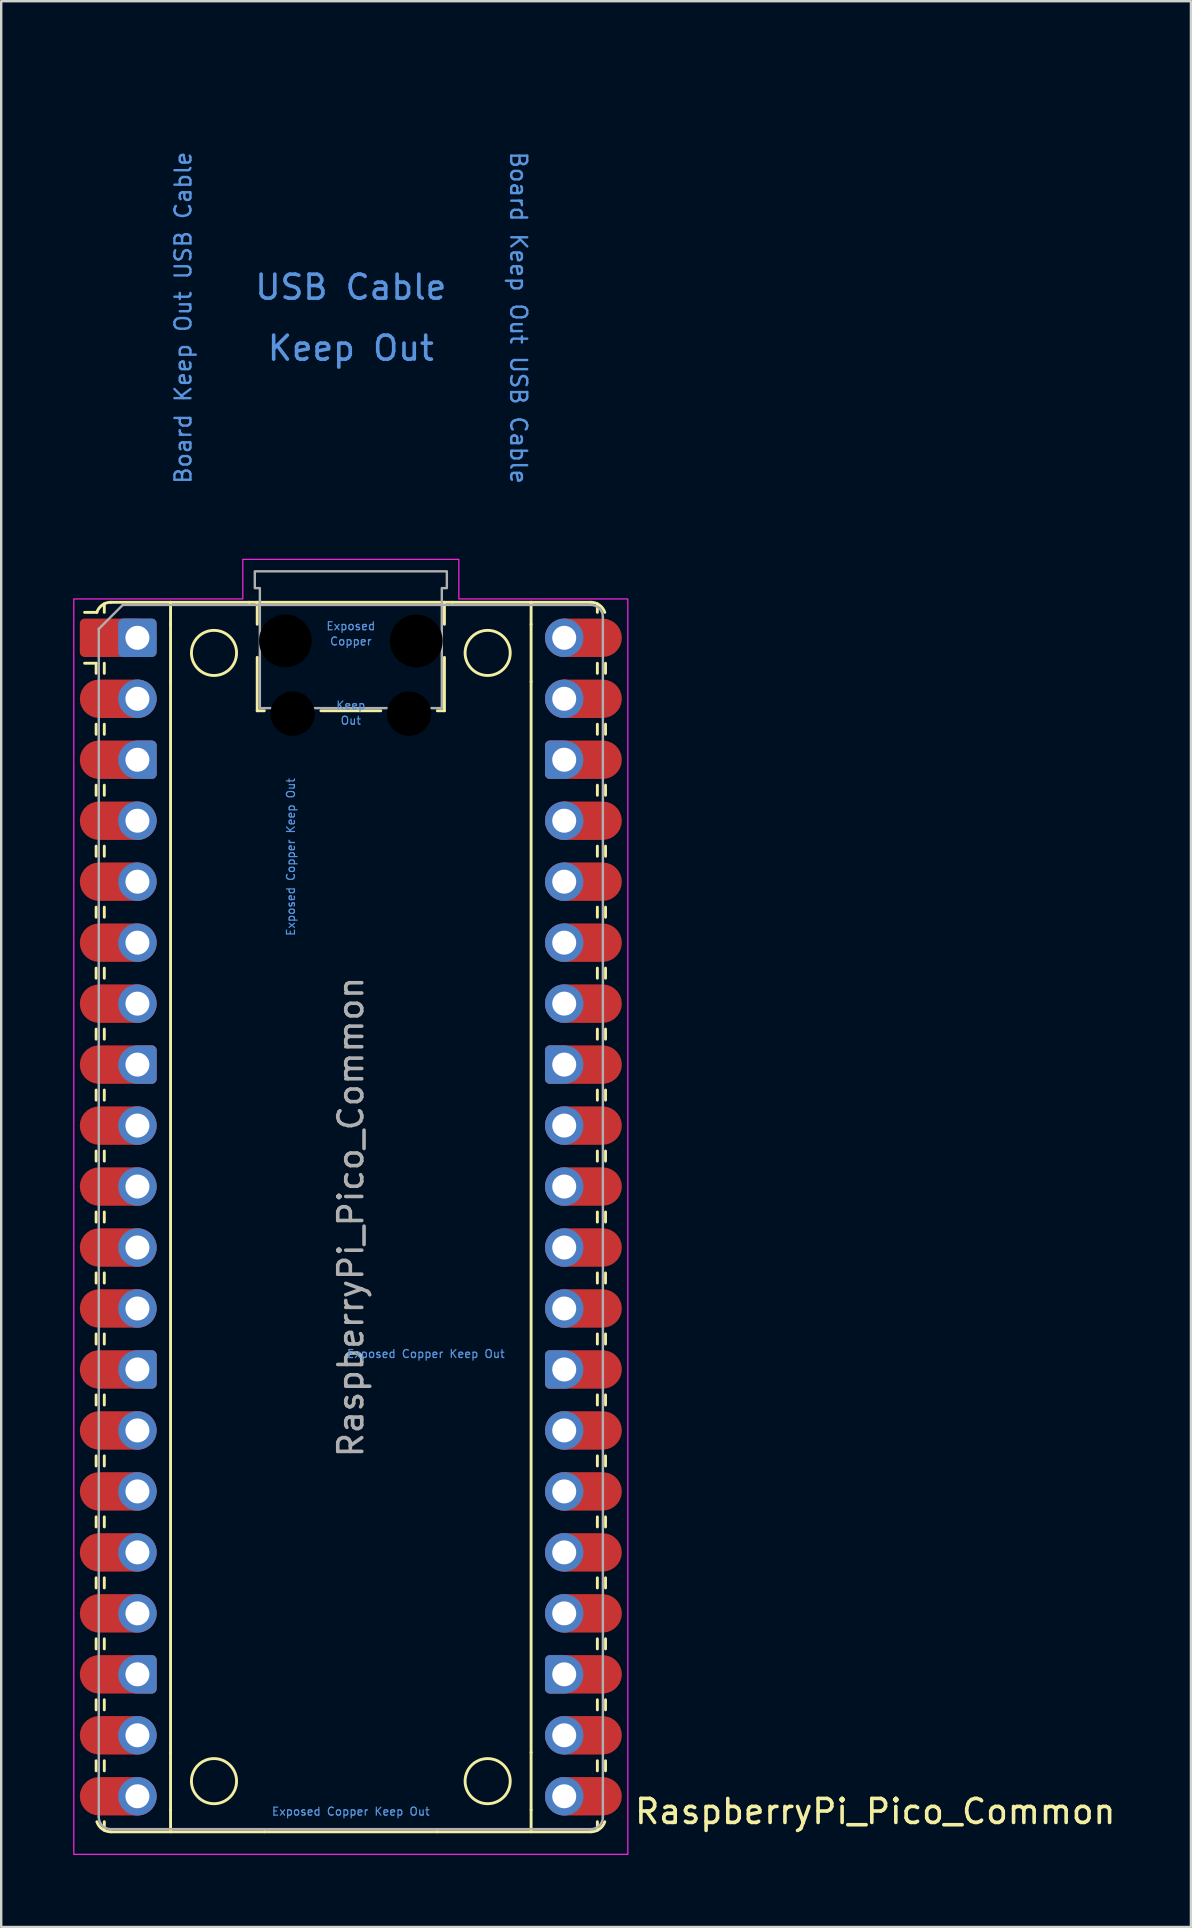
<source format=kicad_pcb>
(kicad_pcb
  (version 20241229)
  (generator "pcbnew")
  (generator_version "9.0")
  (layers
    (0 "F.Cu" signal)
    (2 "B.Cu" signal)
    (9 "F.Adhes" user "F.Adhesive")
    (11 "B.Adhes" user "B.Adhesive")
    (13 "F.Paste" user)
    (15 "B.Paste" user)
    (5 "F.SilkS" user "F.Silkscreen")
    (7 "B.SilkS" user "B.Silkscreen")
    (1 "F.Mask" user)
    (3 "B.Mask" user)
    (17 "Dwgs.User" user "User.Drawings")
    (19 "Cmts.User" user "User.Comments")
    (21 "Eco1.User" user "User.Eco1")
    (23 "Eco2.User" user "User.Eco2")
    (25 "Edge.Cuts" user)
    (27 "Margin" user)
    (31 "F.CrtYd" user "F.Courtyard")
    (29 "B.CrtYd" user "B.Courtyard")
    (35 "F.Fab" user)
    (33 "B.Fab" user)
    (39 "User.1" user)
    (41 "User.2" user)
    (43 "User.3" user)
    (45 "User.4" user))
  (footprint "RaspberryPi_Pico_Common"
    (layer "F.Cu")
    (at 11.565 47.65)
    (property "Reference" "RaspberryPi_Pico_Common" (at 11.748 24.765 0) (unlocked yes) (layer "F.SilkS") (effects (font (size 1 1) (thickness 0.15)) (justify left)))
    (attr through_hole)
    (fp_line (start -10.61 -23.07) (end -11.09 -23.07) (stroke (width 0.12) (type solid)) (layer "F.SilkS"))
    (fp_line (start -10.61 -23.07) (end -10.61 -22.65) (stroke (width 0.12) (type solid)) (layer "F.SilkS"))
    (fp_line (start -10.61 -20.53) (end -10.61 -20.11) (stroke (width 0.12) (type solid)) (layer "F.SilkS"))
    (fp_line (start -10.61 -17.99) (end -10.61 -17.57) (stroke (width 0.12) (type solid)) (layer "F.SilkS"))
    (fp_line (start -10.61 -15.45) (end -10.61 -15.03) (stroke (width 0.12) (type solid)) (layer "F.SilkS"))
    (fp_line (start -10.61 -12.91) (end -10.61 -12.49) (stroke (width 0.12) (type solid)) (layer "F.SilkS"))
    (fp_line (start -10.61 -10.37) (end -10.61 -9.95) (stroke (width 0.12) (type solid)) (layer "F.SilkS"))
    (fp_line (start -10.61 -7.83) (end -10.61 -7.41) (stroke (width 0.12) (type solid)) (layer "F.SilkS"))
    (fp_line (start -10.61 -5.29) (end -10.61 -4.87) (stroke (width 0.12) (type solid)) (layer "F.SilkS"))
    (fp_line (start -10.61 -2.75) (end -10.61 -2.33) (stroke (width 0.12) (type solid)) (layer "F.SilkS"))
    (fp_line (start -10.61 -0.21) (end -10.61 0.21) (stroke (width 0.12) (type solid)) (layer "F.SilkS"))
    (fp_line (start -10.61 2.33) (end -10.61 2.75) (stroke (width 0.12) (type solid)) (layer "F.SilkS"))
    (fp_line (start -10.61 4.87) (end -10.61 5.29) (stroke (width 0.12) (type solid)) (layer "F.SilkS"))
    (fp_line (start -10.61 7.41) (end -10.61 7.83) (stroke (width 0.12) (type solid)) (layer "F.SilkS"))
    (fp_line (start -10.61 9.95) (end -10.61 10.37) (stroke (width 0.12) (type solid)) (layer "F.SilkS"))
    (fp_line (start -10.61 12.49) (end -10.61 12.91) (stroke (width 0.12) (type solid)) (layer "F.SilkS"))
    (fp_line (start -10.61 15.03) (end -10.61 15.45) (stroke (width 0.12) (type solid)) (layer "F.SilkS"))
    (fp_line (start -10.61 17.57) (end -10.61 17.99) (stroke (width 0.12) (type solid)) (layer "F.SilkS"))
    (fp_line (start -10.61 20.11) (end -10.61 20.53) (stroke (width 0.12) (type solid)) (layer "F.SilkS"))
    (fp_line (start -10.61 22.65) (end -10.61 23.07) (stroke (width 0.12) (type solid)) (layer "F.SilkS"))
    (fp_line (start -10.58 -25.19) (end -11.09 -25.19) (stroke (width 0.12) (type solid)) (layer "F.SilkS"))
    (fp_line (start -10.27 -25.19) (end -10.27 -25.547) (stroke (width 0.12) (type solid)) (layer "F.SilkS"))
    (fp_line (start -10.27 -23.07) (end -10.27 -22.65) (stroke (width 0.12) (type solid)) (layer "F.SilkS"))
    (fp_line (start -10.27 -20.53) (end -10.27 -20.11) (stroke (width 0.12) (type solid)) (layer "F.SilkS"))
    (fp_line (start -10.27 -17.99) (end -10.27 -17.57) (stroke (width 0.12) (type solid)) (layer "F.SilkS"))
    (fp_line (start -10.27 -15.45) (end -10.27 -15.03) (stroke (width 0.12) (type solid)) (layer "F.SilkS"))
    (fp_line (start -10.27 -12.91) (end -10.27 -12.49) (stroke (width 0.12) (type solid)) (layer "F.SilkS"))
    (fp_line (start -10.27 -10.37) (end -10.27 -9.95) (stroke (width 0.12) (type solid)) (layer "F.SilkS"))
    (fp_line (start -10.27 -7.83) (end -10.27 -7.41) (stroke (width 0.12) (type solid)) (layer "F.SilkS"))
    (fp_line (start -10.27 -5.29) (end -10.27 -4.87) (stroke (width 0.12) (type solid)) (layer "F.SilkS"))
    (fp_line (start -10.27 -2.75) (end -10.27 -2.33) (stroke (width 0.12) (type solid)) (layer "F.SilkS"))
    (fp_line (start -10.27 -0.21) (end -10.27 0.21) (stroke (width 0.12) (type solid)) (layer "F.SilkS"))
    (fp_line (start -10.27 2.33) (end -10.27 2.75) (stroke (width 0.12) (type solid)) (layer "F.SilkS"))
    (fp_line (start -10.27 4.87) (end -10.27 5.29) (stroke (width 0.12) (type solid)) (layer "F.SilkS"))
    (fp_line (start -10.27 7.41) (end -10.27 7.83) (stroke (width 0.12) (type solid)) (layer "F.SilkS"))
    (fp_line (start -10.27 9.95) (end -10.27 10.37) (stroke (width 0.12) (type solid)) (layer "F.SilkS"))
    (fp_line (start -10.27 12.49) (end -10.27 12.91) (stroke (width 0.12) (type solid)) (layer "F.SilkS"))
    (fp_line (start -10.27 15.03) (end -10.27 15.45) (stroke (width 0.12) (type solid)) (layer "F.SilkS"))
    (fp_line (start -10.27 17.57) (end -10.27 17.99) (stroke (width 0.12) (type solid)) (layer "F.SilkS"))
    (fp_line (start -10.27 20.11) (end -10.27 20.53) (stroke (width 0.12) (type solid)) (layer "F.SilkS"))
    (fp_line (start -10.27 22.65) (end -10.27 23.07) (stroke (width 0.12) (type solid)) (layer "F.SilkS"))
    (fp_line (start -10.27 25.19) (end -10.27 25.547) (stroke (width 0.12) (type solid)) (layer "F.SilkS"))
    (fp_line (start -10 -25.61) (end -7.51 -25.61) (stroke (width 0.12) (type solid)) (layer "F.SilkS"))
    (fp_line (start -10 25.61) (end -3.6 25.61) (stroke (width 0.12) (type solid)) (layer "F.SilkS"))
    (fp_line (start -7.51 -25.61) (end -7.51 -24.696) (stroke (width 0.12) (type solid)) (layer "F.SilkS"))
    (fp_line (start -7.51 -25.61) (end -4.235 -25.61) (stroke (width 0.12) (type solid)) (layer "F.SilkS"))
    (fp_line (start -7.51 -24.696) (end -7.51 -22.304) (stroke (width 0.12) (type solid)) (layer "F.SilkS"))
    (fp_line (start -7.51 -22.304) (end -7.51 22.304) (stroke (width 0.12) (type solid)) (layer "F.SilkS"))
    (fp_line (start -7.51 22.304) (end -7.51 24.696) (stroke (width 0.12) (type solid)) (layer "F.SilkS"))
    (fp_line (start -7.51 24.696) (end -7.51 25.61) (stroke (width 0.12) (type solid)) (layer "F.SilkS"))
    (fp_line (start -4.235 -25.61) (end 4.235 -25.61) (stroke (width 0.12) (type solid)) (layer "F.SilkS"))
    (fp_line (start -3.9 -25.61) (end -3.9 -24.694) (stroke (width 0.12) (type solid)) (layer "F.SilkS"))
    (fp_line (start -3.9 -23.315) (end -3.9 -21.09) (stroke (width 0.12) (type solid)) (layer "F.SilkS"))
    (fp_line (start -3.9 -21.09) (end -3.604 -21.09) (stroke (width 0.12) (type solid)) (layer "F.SilkS"))
    (fp_line (start -1.246 -21.09) (end 1.246 -21.09) (stroke (width 0.12) (type solid)) (layer "F.SilkS"))
    (fp_line (start 3.6 25.61) (end -3.6 25.61) (stroke (width 0.12) (type solid)) (layer "F.SilkS"))
    (fp_line (start 3.6 25.61) (end 10 25.61) (stroke (width 0.12) (type solid)) (layer "F.SilkS"))
    (fp_line (start 3.604 -21.09) (end 3.9 -21.09) (stroke (width 0.12) (type solid)) (layer "F.SilkS"))
    (fp_line (start 3.9 -25.61) (end 3.9 -24.694) (stroke (width 0.12) (type solid)) (layer "F.SilkS"))
    (fp_line (start 3.9 -23.315) (end 3.9 -21.09) (stroke (width 0.12) (type solid)) (layer "F.SilkS"))
    (fp_line (start 4.235 -25.61) (end 7.51 -25.61) (stroke (width 0.12) (type solid)) (layer "F.SilkS"))
    (fp_line (start 7.51 -25.61) (end 7.51 -24.696) (stroke (width 0.12) (type solid)) (layer "F.SilkS"))
    (fp_line (start 7.51 -24.696) (end 7.51 -22.304) (stroke (width 0.12) (type solid)) (layer "F.SilkS"))
    (fp_line (start 7.51 -22.304) (end 7.51 22.304) (stroke (width 0.12) (type solid)) (layer "F.SilkS"))
    (fp_line (start 7.51 22.304) (end 7.51 24.696) (stroke (width 0.12) (type solid)) (layer "F.SilkS"))
    (fp_line (start 7.51 24.696) (end 7.51 25.61) (stroke (width 0.12) (type solid)) (layer "F.SilkS"))
    (fp_line (start 10 -25.61) (end 7.51 -25.61) (stroke (width 0.12) (type solid)) (layer "F.SilkS"))
    (fp_line (start 10.27 -25.19) (end 10.27 -25.547) (stroke (width 0.12) (type solid)) (layer "F.SilkS"))
    (fp_line (start 10.27 -23.07) (end 10.27 -22.65) (stroke (width 0.12) (type solid)) (layer "F.SilkS"))
    (fp_line (start 10.27 -20.53) (end 10.27 -20.11) (stroke (width 0.12) (type solid)) (layer "F.SilkS"))
    (fp_line (start 10.27 -17.99) (end 10.27 -17.57) (stroke (width 0.12) (type solid)) (layer "F.SilkS"))
    (fp_line (start 10.27 -15.45) (end 10.27 -15.03) (stroke (width 0.12) (type solid)) (layer "F.SilkS"))
    (fp_line (start 10.27 -12.91) (end 10.27 -12.49) (stroke (width 0.12) (type solid)) (layer "F.SilkS"))
    (fp_line (start 10.27 -10.37) (end 10.27 -9.95) (stroke (width 0.12) (type solid)) (layer "F.SilkS"))
    (fp_line (start 10.27 -7.83) (end 10.27 -7.41) (stroke (width 0.12) (type solid)) (layer "F.SilkS"))
    (fp_line (start 10.27 -5.29) (end 10.27 -4.87) (stroke (width 0.12) (type solid)) (layer "F.SilkS"))
    (fp_line (start 10.27 -2.75) (end 10.27 -2.33) (stroke (width 0.12) (type solid)) (layer "F.SilkS"))
    (fp_line (start 10.27 -0.21) (end 10.27 0.21) (stroke (width 0.12) (type solid)) (layer "F.SilkS"))
    (fp_line (start 10.27 2.33) (end 10.27 2.75) (stroke (width 0.12) (type solid)) (layer "F.SilkS"))
    (fp_line (start 10.27 4.87) (end 10.27 5.29) (stroke (width 0.12) (type solid)) (layer "F.SilkS"))
    (fp_line (start 10.27 7.41) (end 10.27 7.83) (stroke (width 0.12) (type solid)) (layer "F.SilkS"))
    (fp_line (start 10.27 9.95) (end 10.27 10.37) (stroke (width 0.12) (type solid)) (layer "F.SilkS"))
    (fp_line (start 10.27 12.49) (end 10.27 12.91) (stroke (width 0.12) (type solid)) (layer "F.SilkS"))
    (fp_line (start 10.27 15.03) (end 10.27 15.45) (stroke (width 0.12) (type solid)) (layer "F.SilkS"))
    (fp_line (start 10.27 17.57) (end 10.27 17.99) (stroke (width 0.12) (type solid)) (layer "F.SilkS"))
    (fp_line (start 10.27 20.11) (end 10.27 20.53) (stroke (width 0.12) (type solid)) (layer "F.SilkS"))
    (fp_line (start 10.27 22.65) (end 10.27 23.07) (stroke (width 0.12) (type solid)) (layer "F.SilkS"))
    (fp_line (start 10.27 25.19) (end 10.27 25.547) (stroke (width 0.12) (type solid)) (layer "F.SilkS"))
    (fp_line (start 10.61 -23.07) (end 10.61 -22.65) (stroke (width 0.12) (type solid)) (layer "F.SilkS"))
    (fp_line (start 10.61 -20.53) (end 10.61 -20.11) (stroke (width 0.12) (type solid)) (layer "F.SilkS"))
    (fp_line (start 10.61 -17.99) (end 10.61 -17.57) (stroke (width 0.12) (type solid)) (layer "F.SilkS"))
    (fp_line (start 10.61 -15.45) (end 10.61 -15.03) (stroke (width 0.12) (type solid)) (layer "F.SilkS"))
    (fp_line (start 10.61 -12.91) (end 10.61 -12.49) (stroke (width 0.12) (type solid)) (layer "F.SilkS"))
    (fp_line (start 10.61 -10.37) (end 10.61 -9.95) (stroke (width 0.12) (type solid)) (layer "F.SilkS"))
    (fp_line (start 10.61 -7.83) (end 10.61 -7.41) (stroke (width 0.12) (type solid)) (layer "F.SilkS"))
    (fp_line (start 10.61 -5.29) (end 10.61 -4.87) (stroke (width 0.12) (type solid)) (layer "F.SilkS"))
    (fp_line (start 10.61 -2.75) (end 10.61 -2.33) (stroke (width 0.12) (type solid)) (layer "F.SilkS"))
    (fp_line (start 10.61 -0.21) (end 10.61 0.21) (stroke (width 0.12) (type solid)) (layer "F.SilkS"))
    (fp_line (start 10.61 2.33) (end 10.61 2.75) (stroke (width 0.12) (type solid)) (layer "F.SilkS"))
    (fp_line (start 10.61 4.87) (end 10.61 5.29) (stroke (width 0.12) (type solid)) (layer "F.SilkS"))
    (fp_line (start 10.61 7.41) (end 10.61 7.83) (stroke (width 0.12) (type solid)) (layer "F.SilkS"))
    (fp_line (start 10.61 9.95) (end 10.61 10.37) (stroke (width 0.12) (type solid)) (layer "F.SilkS"))
    (fp_line (start 10.61 12.49) (end 10.61 12.91) (stroke (width 0.12) (type solid)) (layer "F.SilkS"))
    (fp_line (start 10.61 15.03) (end 10.61 15.45) (stroke (width 0.12) (type solid)) (layer "F.SilkS"))
    (fp_line (start 10.61 17.57) (end 10.61 17.99) (stroke (width 0.12) (type solid)) (layer "F.SilkS"))
    (fp_line (start 10.61 20.11) (end 10.61 20.53) (stroke (width 0.12) (type solid)) (layer "F.SilkS"))
    (fp_line (start 10.61 22.65) (end 10.61 23.07) (stroke (width 0.12) (type solid)) (layer "F.SilkS"))
    (fp_arc (start -10.579676 -25.189937) (mid -10.357938 -25.493944) (end -10 -25.61) (stroke (width 0.12) (type solid)) (layer "F.SilkS"))
    (fp_arc (start -10 25.61) (mid -10.357937 25.493944) (end -10.579676 25.189937) (stroke (width 0.12) (type solid)) (layer "F.SilkS"))
    (fp_arc (start 10 -25.61) (mid 10.357937 -25.493944) (end 10.579676 -25.189937) (stroke (width 0.12) (type solid)) (layer "F.SilkS"))
    (fp_arc (start 10.579676 25.189937) (mid 10.357949 25.493953) (end 10 25.61) (stroke (width 0.12) (type solid)) (layer "F.SilkS"))
    (fp_circle (center -5.7 -23.5) (end -4.76 -23.5) (stroke (width 0.12) (type solid)) (fill no) (layer "F.SilkS"))
    (fp_circle (center -5.7 23.5) (end -4.76 23.5) (stroke (width 0.12) (type solid)) (fill no) (layer "F.SilkS"))
    (fp_circle (center 5.7 -23.5) (end 6.64 -23.5) (stroke (width 0.12) (type solid)) (fill no) (layer "F.SilkS"))
    (fp_circle (center 5.7 23.5) (end 6.64 23.5) (stroke (width 0.12) (type solid)) (fill no) (layer "F.SilkS"))
    (fp_poly (pts (xy -4.5 -27.4) (xy 4.5 -27.4) (xy 4.5 -25.75) (xy 11.54 -25.75) (xy 11.54 26.55) (xy -11.54 26.55) (xy -11.54 -25.75) (xy -4.5 -25.75)) (stroke (width 0.05) (type solid)) (fill no) (layer "F.CrtYd"))
    (fp_line (start -10.5 -24.5) (end -9.5 -25.5) (stroke (width 0.1) (type solid)) (layer "F.Fab"))
    (fp_line (start -10.5 25) (end -10.5 -24.5) (stroke (width 0.1) (type solid)) (layer "F.Fab"))
    (fp_line (start -9.5 -25.5) (end 10 -25.5) (stroke (width 0.1) (type solid)) (layer "F.Fab"))
    (fp_line (start 10 25.5) (end -10 25.5) (stroke (width 0.1) (type solid)) (layer "F.Fab"))
    (fp_line (start 10.5 -25) (end 10.5 25) (stroke (width 0.1) (type solid)) (layer "F.Fab"))
    (fp_arc (start -10 25.5) (mid -10.353553 25.353553) (end -10.5 25) (stroke (width 0.1) (type solid)) (layer "F.Fab"))
    (fp_arc (start 10 -25.5) (mid 10.353553 -25.353553) (end 10.5 -25) (stroke (width 0.1) (type solid)) (layer "F.Fab"))
    (fp_arc (start 10.5 25) (mid 10.353553 25.353553) (end 10 25.5) (stroke (width 0.1) (type solid)) (layer "F.Fab"))
    (fp_poly (pts (xy 3.79 -21.2) (xy 3.79 -26.2) (xy 4 -26.2) (xy 4 -26.9) (xy -4 -26.9) (xy -4 -26.2) (xy -3.79 -26.2) (xy -3.79 -21.2)) (stroke (width 0.1) (type solid)) (fill no) (layer "F.Fab"))
    (fp_text user "USB Cable" (at 0 -38.735 0) (unlocked yes) (layer "Cmts.User") (effects (font (size 1 1) (thickness 0.15))))
    (fp_text user "Exposed Copper Keep Out" (at -2.5 -15 90) (unlocked yes) (layer "Cmts.User") (effects (font (size 0.333 0.333) (thickness 0.05))))
    (fp_text user "Out" (at 0 -20.683 0) (unlocked yes) (layer "Cmts.User") (effects (font (size 0.333 0.333) (thickness 0.05))))
    (fp_text user "Exposed Copper Keep Out" (at 0 24.765 0) (unlocked yes) (layer "Cmts.User") (effects (font (size 0.333 0.333) (thickness 0.05))))
    (fp_text user "Exposed" (at 0 -24.617 0) (unlocked yes) (layer "Cmts.User") (effects (font (size 0.333 0.333) (thickness 0.05))))
    (fp_text user "Exposed Copper Keep Out" (at 3.124 5.7 0) (unlocked yes) (layer "Cmts.User") (effects (font (size 0.333 0.333) (thickness 0.05))))
    (fp_text user "Keep Out" (at 0 -36.195 0) (unlocked yes) (layer "Cmts.User") (effects (font (size 1 1) (thickness 0.15))))
    (fp_text user "Keep" (at 0 -21.317 0) (unlocked yes) (layer "Cmts.User") (effects (font (size 0.333 0.333) (thickness 0.05))))
    (fp_text user "Board Keep Out USB Cable" (at -6.985 -37.465 90) (unlocked yes) (layer "Cmts.User") (effects (font (size 0.667 0.667) (thickness 0.1))))
    (fp_text user "Board Keep Out USB Cable" (at 6.985 -37.465 270) (unlocked yes) (layer "Cmts.User") (effects (font (size 0.667 0.667) (thickness 0.1))))
    (fp_text user "Copper" (at 0 -23.983 0) (unlocked yes) (layer "Cmts.User") (effects (font (size 0.333 0.333) (thickness 0.05))))
    (fp_text user "${REFERENCE}" (at 0 0 90) (layer "F.Fab") (effects (font (size 1 1) (thickness 0.15))))
    (pad "" np_thru_hole circle (at -2.725 -24) (size 2.2 2.2) (drill 2.2) (layers "*.Mask"))
    (pad "" np_thru_hole circle (at -2.425 -20.97) (size 1.85 1.85) (drill 1.85) (layers "*.Mask"))
    (pad "" np_thru_hole circle (at 2.425 -20.97) (size 1.85 1.85) (drill 1.85) (layers "*.Mask"))
    (pad "" np_thru_hole circle (at 2.725 -24) (size 2.2 2.2) (drill 2.2) (layers "*.Mask"))
    (pad "1" thru_hole roundrect (at -8.89 -24.13) (size 1.6 1.6) (drill 1) (layers "*.Cu" "*.Mask") (roundrect_rratio 0.125))
    (pad "1" smd custom (at -8.89 -24.13) (size 1.6 1.6) (layers "F.Cu" "F.Mask") (options (anchor circle)) (primitives (gr_poly (pts (xy -2.4 0.6) (xy -2.4 -0.6) (xy -2.2 -0.8) (xy 0 -0.8) (xy 0 0.8) (xy -2.2 0.8)) (width 0) (fill yes)) (gr_circle (center -2.2 0.6) (end -2 0.6) (width 0) (fill yes)) (gr_circle (center -2.2 -0.6) (end -2 -0.6) (width 0) (fill yes))))
    (pad "2" thru_hole circle (at -8.89 -21.59) (size 1.6 1.6) (drill 1) (layers "*.Cu" "*.Mask"))
    (pad "2" smd roundrect (at -8.89 -21.59) (size 3.2 1.6) (drill (offset -0.8 0)) (layers "F.Cu" "F.Mask") (roundrect_rratio 0.5))
    (pad "3" smd custom (at -8.89 -19.05) (size 1.6 1.6) (layers "F.Cu" "F.Mask") (options (anchor circle)) (primitives (gr_poly (pts (xy 0.8 -0.6) (xy 0.8 0.6) (xy 0.6 0.8) (xy -1.6 0.8) (xy -1.6 -0.8) (xy 0.6 -0.8)) (width 0) (fill yes)) (gr_circle (center 0.6 0.6) (end 0.8 0.6) (width 0) (fill yes)) (gr_circle (center 0.6 -0.6) (end 0.8 -0.6) (width 0) (fill yes)) (gr_circle (center -1.6 0) (end -0.8 0) (width 0) (fill yes))))
    (pad "3" thru_hole custom (at -8.89 -19.05) (size 1.6 1.6) (drill 1) (layers "*.Cu" "*.Mask") (options (anchor circle)) (primitives (gr_poly (pts (xy 0.8 0.6) (xy 0.8 -0.6) (xy 0.6 -0.8) (xy 0 -0.8) (xy 0 0.8) (xy 0.6 0.8)) (width 0) (fill yes)) (gr_circle (center 0.6 0.6) (end 0.8 0.6) (width 0) (fill yes)) (gr_circle (center 0.6 -0.6) (end 0.8 -0.6) (width 0) (fill yes))))
    (pad "4" thru_hole circle (at -8.89 -16.51) (size 1.6 1.6) (drill 1) (layers "*.Cu" "*.Mask"))
    (pad "4" smd roundrect (at -8.89 -16.51) (size 3.2 1.6) (drill (offset -0.8 0)) (layers "F.Cu" "F.Mask") (roundrect_rratio 0.5))
    (pad "5" thru_hole circle (at -8.89 -13.97) (size 1.6 1.6) (drill 1) (layers "*.Cu" "*.Mask"))
    (pad "5" smd roundrect (at -8.89 -13.97) (size 3.2 1.6) (drill (offset -0.8 0)) (layers "F.Cu" "F.Mask") (roundrect_rratio 0.5))
    (pad "6" thru_hole circle (at -8.89 -11.43) (size 1.6 1.6) (drill 1) (layers "*.Cu" "*.Mask"))
    (pad "6" smd roundrect (at -8.89 -11.43) (size 3.2 1.6) (drill (offset -0.8 0)) (layers "F.Cu" "F.Mask") (roundrect_rratio 0.5))
    (pad "7" thru_hole circle (at -8.89 -8.89) (size 1.6 1.6) (drill 1) (layers "*.Cu" "*.Mask"))
    (pad "7" smd roundrect (at -8.89 -8.89) (size 3.2 1.6) (drill (offset -0.8 0)) (layers "F.Cu" "F.Mask") (roundrect_rratio 0.5))
    (pad "8" smd custom (at -8.89 -6.35) (size 1.6 1.6) (layers "F.Cu" "F.Mask") (options (anchor circle)) (primitives (gr_poly (pts (xy 0.8 -0.6) (xy 0.8 0.6) (xy 0.6 0.8) (xy -1.6 0.8) (xy -1.6 -0.8) (xy 0.6 -0.8)) (width 0) (fill yes)) (gr_circle (center 0.6 0.6) (end 0.8 0.6) (width 0) (fill yes)) (gr_circle (center 0.6 -0.6) (end 0.8 -0.6) (width 0) (fill yes)) (gr_circle (center -1.6 0) (end -0.8 0) (width 0) (fill yes))))
    (pad "8" thru_hole custom (at -8.89 -6.35) (size 1.6 1.6) (drill 1) (layers "*.Cu" "*.Mask") (options (anchor circle)) (primitives (gr_poly (pts (xy 0.8 0.6) (xy 0.8 -0.6) (xy 0.6 -0.8) (xy 0 -0.8) (xy 0 0.8) (xy 0.6 0.8)) (width 0) (fill yes)) (gr_circle (center 0.6 0.6) (end 0.8 0.6) (width 0) (fill yes)) (gr_circle (center 0.6 -0.6) (end 0.8 -0.6) (width 0) (fill yes))))
    (pad "9" thru_hole circle (at -8.89 -3.81) (size 1.6 1.6) (drill 1) (layers "*.Cu" "*.Mask"))
    (pad "9" smd roundrect (at -8.89 -3.81) (size 3.2 1.6) (drill (offset -0.8 0)) (layers "F.Cu" "F.Mask") (roundrect_rratio 0.5))
    (pad "10" thru_hole circle (at -8.89 -1.27) (size 1.6 1.6) (drill 1) (layers "*.Cu" "*.Mask"))
    (pad "10" smd roundrect (at -8.89 -1.27) (size 3.2 1.6) (drill (offset -0.8 0)) (layers "F.Cu" "F.Mask") (roundrect_rratio 0.5))
    (pad "11" thru_hole circle (at -8.89 1.27) (size 1.6 1.6) (drill 1) (layers "*.Cu" "*.Mask"))
    (pad "11" smd roundrect (at -8.89 1.27) (size 3.2 1.6) (drill (offset -0.8 0)) (layers "F.Cu" "F.Mask") (roundrect_rratio 0.5))
    (pad "12" thru_hole circle (at -8.89 3.81) (size 1.6 1.6) (drill 1) (layers "*.Cu" "*.Mask"))
    (pad "12" smd roundrect (at -8.89 3.81) (size 3.2 1.6) (drill (offset -0.8 0)) (layers "F.Cu" "F.Mask") (roundrect_rratio 0.5))
    (pad "13" smd custom (at -8.89 6.35) (size 1.6 1.6) (layers "F.Cu" "F.Mask") (options (anchor circle)) (primitives (gr_poly (pts (xy 0.8 -0.6) (xy 0.8 0.6) (xy 0.6 0.8) (xy -1.6 0.8) (xy -1.6 -0.8) (xy 0.6 -0.8)) (width 0) (fill yes)) (gr_circle (center 0.6 0.6) (end 0.8 0.6) (width 0) (fill yes)) (gr_circle (center 0.6 -0.6) (end 0.8 -0.6) (width 0) (fill yes)) (gr_circle (center -1.6 0) (end -0.8 0) (width 0) (fill yes))))
    (pad "13" thru_hole custom (at -8.89 6.35) (size 1.6 1.6) (drill 1) (layers "*.Cu" "*.Mask") (options (anchor circle)) (primitives (gr_poly (pts (xy 0.8 0.6) (xy 0.8 -0.6) (xy 0.6 -0.8) (xy 0 -0.8) (xy 0 0.8) (xy 0.6 0.8)) (width 0) (fill yes)) (gr_circle (center 0.6 0.6) (end 0.8 0.6) (width 0) (fill yes)) (gr_circle (center 0.6 -0.6) (end 0.8 -0.6) (width 0) (fill yes))))
    (pad "14" thru_hole circle (at -8.89 8.89) (size 1.6 1.6) (drill 1) (layers "*.Cu" "*.Mask"))
    (pad "14" smd roundrect (at -8.89 8.89) (size 3.2 1.6) (drill (offset -0.8 0)) (layers "F.Cu" "F.Mask") (roundrect_rratio 0.5))
    (pad "15" thru_hole circle (at -8.89 11.43) (size 1.6 1.6) (drill 1) (layers "*.Cu" "*.Mask"))
    (pad "15" smd roundrect (at -8.89 11.43) (size 3.2 1.6) (drill (offset -0.8 0)) (layers "F.Cu" "F.Mask") (roundrect_rratio 0.5))
    (pad "16" thru_hole circle (at -8.89 13.97) (size 1.6 1.6) (drill 1) (layers "*.Cu" "*.Mask"))
    (pad "16" smd roundrect (at -8.89 13.97) (size 3.2 1.6) (drill (offset -0.8 0)) (layers "F.Cu" "F.Mask") (roundrect_rratio 0.5))
    (pad "17" thru_hole circle (at -8.89 16.51) (size 1.6 1.6) (drill 1) (layers "*.Cu" "*.Mask"))
    (pad "17" smd roundrect (at -8.89 16.51) (size 3.2 1.6) (drill (offset -0.8 0)) (layers "F.Cu" "F.Mask") (roundrect_rratio 0.5))
    (pad "18" smd custom (at -8.89 19.05) (size 1.6 1.6) (layers "F.Cu" "F.Mask") (options (anchor circle)) (primitives (gr_poly (pts (xy 0.8 -0.6) (xy 0.8 0.6) (xy 0.6 0.8) (xy -1.6 0.8) (xy -1.6 -0.8) (xy 0.6 -0.8)) (width 0) (fill yes)) (gr_circle (center 0.6 0.6) (end 0.8 0.6) (width 0) (fill yes)) (gr_circle (center 0.6 -0.6) (end 0.8 -0.6) (width 0) (fill yes)) (gr_circle (center -1.6 0) (end -0.8 0) (width 0) (fill yes))))
    (pad "18" thru_hole custom (at -8.89 19.05) (size 1.6 1.6) (drill 1) (layers "*.Cu" "*.Mask") (options (anchor circle)) (primitives (gr_poly (pts (xy 0.8 0.6) (xy 0.8 -0.6) (xy 0.6 -0.8) (xy 0 -0.8) (xy 0 0.8) (xy 0.6 0.8)) (width 0) (fill yes)) (gr_circle (center 0.6 0.6) (end 0.8 0.6) (width 0) (fill yes)) (gr_circle (center 0.6 -0.6) (end 0.8 -0.6) (width 0) (fill yes))))
    (pad "19" thru_hole circle (at -8.89 21.59) (size 1.6 1.6) (drill 1) (layers "*.Cu" "*.Mask"))
    (pad "19" smd roundrect (at -8.89 21.59) (size 3.2 1.6) (drill (offset -0.8 0)) (layers "F.Cu" "F.Mask") (roundrect_rratio 0.5))
    (pad "20" thru_hole circle (at -8.89 24.13) (size 1.6 1.6) (drill 1) (layers "*.Cu" "*.Mask"))
    (pad "20" smd roundrect (at -8.89 24.13) (size 3.2 1.6) (drill (offset -0.8 0)) (layers "F.Cu" "F.Mask") (roundrect_rratio 0.5))
    (pad "21" thru_hole circle (at 8.89 24.13) (size 1.6 1.6) (drill 1) (layers "*.Cu" "*.Mask"))
    (pad "21" smd roundrect (at 8.89 24.13) (size 3.2 1.6) (drill (offset 0.8 0)) (layers "F.Cu" "F.Mask") (roundrect_rratio 0.5))
    (pad "22" thru_hole circle (at 8.89 21.59) (size 1.6 1.6) (drill 1) (layers "*.Cu" "*.Mask"))
    (pad "22" smd roundrect (at 8.89 21.59) (size 3.2 1.6) (drill (offset 0.8 0)) (layers "F.Cu" "F.Mask") (roundrect_rratio 0.5))
    (pad "23" smd custom (at 8.89 19.05) (size 1.6 1.6) (layers "F.Cu" "F.Mask") (options (anchor circle)) (primitives (gr_poly (pts (xy -0.8 -0.6) (xy -0.8 0.6) (xy -0.6 0.8) (xy 1.6 0.8) (xy 1.6 -0.8) (xy -0.6 -0.8)) (width 0) (fill yes)) (gr_circle (center -0.6 0.6) (end -0.4 0.6) (width 0) (fill yes)) (gr_circle (center -0.6 -0.6) (end -0.4 -0.6) (width 0) (fill yes)) (gr_circle (center 1.6 0) (end 2.4 0) (width 0) (fill yes))))
    (pad "23" thru_hole custom (at 8.89 19.05) (size 1.6 1.6) (drill 1) (layers "*.Cu" "*.Mask") (options (anchor circle)) (primitives (gr_poly (pts (xy -0.8 0.6) (xy -0.8 -0.6) (xy -0.6 -0.8) (xy 0 -0.8) (xy 0 0.8) (xy -0.6 0.8)) (width 0) (fill yes)) (gr_circle (center -0.6 0.6) (end -0.4 0.6) (width 0) (fill yes)) (gr_circle (center -0.6 -0.6) (end -0.4 -0.6) (width 0) (fill yes))))
    (pad "24" thru_hole circle (at 8.89 16.51) (size 1.6 1.6) (drill 1) (layers "*.Cu" "*.Mask"))
    (pad "24" smd roundrect (at 8.89 16.51) (size 3.2 1.6) (drill (offset 0.8 0)) (layers "F.Cu" "F.Mask") (roundrect_rratio 0.5))
    (pad "25" thru_hole circle (at 8.89 13.97) (size 1.6 1.6) (drill 1) (layers "*.Cu" "*.Mask"))
    (pad "25" smd roundrect (at 8.89 13.97) (size 3.2 1.6) (drill (offset 0.8 0)) (layers "F.Cu" "F.Mask") (roundrect_rratio 0.5))
    (pad "26" thru_hole circle (at 8.89 11.43) (size 1.6 1.6) (drill 1) (layers "*.Cu" "*.Mask"))
    (pad "26" smd roundrect (at 8.89 11.43) (size 3.2 1.6) (drill (offset 0.8 0)) (layers "F.Cu" "F.Mask") (roundrect_rratio 0.5))
    (pad "27" thru_hole circle (at 8.89 8.89) (size 1.6 1.6) (drill 1) (layers "*.Cu" "*.Mask"))
    (pad "27" smd roundrect (at 8.89 8.89) (size 3.2 1.6) (drill (offset 0.8 0)) (layers "F.Cu" "F.Mask") (roundrect_rratio 0.5))
    (pad "28" smd custom (at 8.89 6.35) (size 1.6 1.6) (layers "F.Cu" "F.Mask") (options (anchor circle)) (primitives (gr_poly (pts (xy -0.8 -0.6) (xy -0.8 0.6) (xy -0.6 0.8) (xy 1.6 0.8) (xy 1.6 -0.8) (xy -0.6 -0.8)) (width 0) (fill yes)) (gr_circle (center -0.6 0.6) (end -0.4 0.6) (width 0) (fill yes)) (gr_circle (center -0.6 -0.6) (end -0.4 -0.6) (width 0) (fill yes)) (gr_circle (center 1.6 0) (end 2.4 0) (width 0) (fill yes))))
    (pad "28" thru_hole custom (at 8.89 6.35) (size 1.6 1.6) (drill 1) (layers "*.Cu" "*.Mask") (options (anchor circle)) (primitives (gr_poly (pts (xy -0.8 0.6) (xy -0.8 -0.6) (xy -0.6 -0.8) (xy 0 -0.8) (xy 0 0.8) (xy -0.6 0.8)) (width 0) (fill yes)) (gr_circle (center -0.6 0.6) (end -0.4 0.6) (width 0) (fill yes)) (gr_circle (center -0.6 -0.6) (end -0.4 -0.6) (width 0) (fill yes))))
    (pad "29" thru_hole circle (at 8.89 3.81) (size 1.6 1.6) (drill 1) (layers "*.Cu" "*.Mask"))
    (pad "29" smd roundrect (at 8.89 3.81) (size 3.2 1.6) (drill (offset 0.8 0)) (layers "F.Cu" "F.Mask") (roundrect_rratio 0.5))
    (pad "30" thru_hole circle (at 8.89 1.27) (size 1.6 1.6) (drill 1) (layers "*.Cu" "*.Mask"))
    (pad "30" smd roundrect (at 8.89 1.27) (size 3.2 1.6) (drill (offset 0.8 0)) (layers "F.Cu" "F.Mask") (roundrect_rratio 0.5))
    (pad "31" thru_hole circle (at 8.89 -1.27) (size 1.6 1.6) (drill 1) (layers "*.Cu" "*.Mask"))
    (pad "31" smd roundrect (at 8.89 -1.27) (size 3.2 1.6) (drill (offset 0.8 0)) (layers "F.Cu" "F.Mask") (roundrect_rratio 0.5))
    (pad "32" thru_hole circle (at 8.89 -3.81) (size 1.6 1.6) (drill 1) (layers "*.Cu" "*.Mask"))
    (pad "32" smd roundrect (at 8.89 -3.81) (size 3.2 1.6) (drill (offset 0.8 0)) (layers "F.Cu" "F.Mask") (roundrect_rratio 0.5))
    (pad "33" smd custom (at 8.89 -6.35) (size 1.6 1.6) (layers "F.Cu" "F.Mask") (options (anchor circle)) (primitives (gr_poly (pts (xy -0.8 -0.6) (xy -0.8 0.6) (xy -0.6 0.8) (xy 1.6 0.8) (xy 1.6 -0.8) (xy -0.6 -0.8)) (width 0) (fill yes)) (gr_circle (center -0.6 0.6) (end -0.4 0.6) (width 0) (fill yes)) (gr_circle (center -0.6 -0.6) (end -0.4 -0.6) (width 0) (fill yes)) (gr_circle (center 1.6 0) (end 2.4 0) (width 0) (fill yes))))
    (pad "33" thru_hole custom (at 8.89 -6.35) (size 1.6 1.6) (drill 1) (layers "*.Cu" "*.Mask") (options (anchor circle)) (primitives (gr_poly (pts (xy -0.8 0.6) (xy -0.8 -0.6) (xy -0.6 -0.8) (xy 0 -0.8) (xy 0 0.8) (xy -0.6 0.8)) (width 0) (fill yes)) (gr_circle (center -0.6 0.6) (end -0.4 0.6) (width 0) (fill yes)) (gr_circle (center -0.6 -0.6) (end -0.4 -0.6) (width 0) (fill yes))))
    (pad "34" thru_hole circle (at 8.89 -8.89) (size 1.6 1.6) (drill 1) (layers "*.Cu" "*.Mask"))
    (pad "34" smd roundrect (at 8.89 -8.89) (size 3.2 1.6) (drill (offset 0.8 0)) (layers "F.Cu" "F.Mask") (roundrect_rratio 0.5))
    (pad "35" thru_hole circle (at 8.89 -11.43) (size 1.6 1.6) (drill 1) (layers "*.Cu" "*.Mask"))
    (pad "35" smd roundrect (at 8.89 -11.43) (size 3.2 1.6) (drill (offset 0.8 0)) (layers "F.Cu" "F.Mask") (roundrect_rratio 0.5))
    (pad "36" thru_hole circle (at 8.89 -13.97) (size 1.6 1.6) (drill 1) (layers "*.Cu" "*.Mask"))
    (pad "36" smd roundrect (at 8.89 -13.97) (size 3.2 1.6) (drill (offset 0.8 0)) (layers "F.Cu" "F.Mask") (roundrect_rratio 0.5))
    (pad "37" thru_hole circle (at 8.89 -16.51) (size 1.6 1.6) (drill 1) (layers "*.Cu" "*.Mask"))
    (pad "37" smd roundrect (at 8.89 -16.51) (size 3.2 1.6) (drill (offset 0.8 0)) (layers "F.Cu" "F.Mask") (roundrect_rratio 0.5))
    (pad "38" smd custom (at 8.89 -19.05) (size 1.6 1.6) (layers "F.Cu" "F.Mask") (options (anchor circle)) (primitives (gr_poly (pts (xy -0.8 -0.6) (xy -0.8 0.6) (xy -0.6 0.8) (xy 1.6 0.8) (xy 1.6 -0.8) (xy -0.6 -0.8)) (width 0) (fill yes)) (gr_circle (center -0.6 0.6) (end -0.4 0.6) (width 0) (fill yes)) (gr_circle (center -0.6 -0.6) (end -0.4 -0.6) (width 0) (fill yes)) (gr_circle (center 1.6 0) (end 2.4 0) (width 0) (fill yes))))
    (pad "38" thru_hole custom (at 8.89 -19.05) (size 1.6 1.6) (drill 1) (layers "*.Cu" "*.Mask") (options (anchor circle)) (primitives (gr_poly (pts (xy -0.8 0.6) (xy -0.8 -0.6) (xy -0.6 -0.8) (xy 0 -0.8) (xy 0 0.8) (xy -0.6 0.8)) (width 0) (fill yes)) (gr_circle (center -0.6 0.6) (end -0.4 0.6) (width 0) (fill yes)) (gr_circle (center -0.6 -0.6) (end -0.4 -0.6) (width 0) (fill yes))))
    (pad "39" thru_hole circle (at 8.89 -21.59) (size 1.6 1.6) (drill 1) (layers "*.Cu" "*.Mask"))
    (pad "39" smd roundrect (at 8.89 -21.59) (size 3.2 1.6) (drill (offset 0.8 0)) (layers "F.Cu" "F.Mask") (roundrect_rratio 0.5))
    (pad "40" thru_hole circle (at 8.89 -24.13) (size 1.6 1.6) (drill 1) (layers "*.Cu" "*.Mask"))
    (pad "40" smd roundrect (at 8.89 -24.13) (size 3.2 1.6) (drill (offset 0.8 0)) (layers "F.Cu" "F.Mask") (roundrect_rratio 0.5))
    (zone (net_name "") (layers "F.Cu" "F.Paste") (name "Pad Keep Out D1-W") (hatch full 0.5) (connect_pads) (min_thickness 0.25) (filled_areas_thickness no) (keepout (tracks not_allowed) (vias not_allowed) (pads not_allowed) (copperpour not_allowed) (footprints allowed)) (placement (enabled no)) (fill) (polygon (pts (xy 11.194 52.45) (xy 11.249 52.395) (xy 11.322 52.365) (xy 11.362 52.363) (xy 12.149 52.363) (xy 12.149 54.337) (xy 11.362 54.337) (xy 11.322 54.335) (xy 11.249 54.305) (xy 11.194 54.25) (xy 11.164 54.177) (xy 11.162 54.137) (xy 11.162 52.563) (xy 11.164 52.523))))
    (zone (net_name "") (layers "F.Cu" "F.Paste") (name "Pad Keep Out D1-W") (hatch full 0.5) (connect_pads) (min_thickness 0.25) (filled_areas_thickness no) (keepout (tracks not_allowed) (vias not_allowed) (pads not_allowed) (copperpour not_allowed) (footprints allowed)) (placement (enabled no)) (fill) (polygon (pts (xy 12.937 54.337) (xy 12.149 54.337) (xy 12.149 52.363) (xy 12.937 52.363) (xy 12.976 52.365) (xy 13.049 52.395) (xy 13.104 52.45) (xy 13.135 52.523) (xy 13.136 52.563) (xy 13.136 54.137) (xy 13.135 54.177) (xy 13.104 54.25) (xy 13.049 54.305) (xy 12.976 54.335))))
    (zone (net_name "") (layers "F.Cu" "F.Paste") (name "Pad Keep Out TP4") (hatch full 0.5) (connect_pads) (min_thickness 0.25) (filled_areas_thickness no) (keepout (tracks not_allowed) (vias not_allowed) (pads not_allowed) (copperpour not_allowed) (footprints allowed)) (placement (enabled no)) (fill) (polygon (pts (xy 8.549 31.098) (xy 8.423 31.064) (xy 8.309 30.998) (xy 8.217 30.906) (xy 8.151 30.792) (xy 8.117 30.666) (xy 8.115 30.6) (xy 8.115 30.15) (xy 10.015 30.15) (xy 10.015 30.6) (xy 10.013 30.666) (xy 9.979 30.792) (xy 9.913 30.906) (xy 9.821 30.998) (xy 9.707 31.064) (xy 9.581 31.098) (xy 9.515 31.1) (xy 8.615 31.1))))
    (zone (net_name "") (layers "F.Cu" "F.Paste") (name "Pad Keep Out TP5") (hatch full 0.5) (connect_pads) (min_thickness 0.25) (filled_areas_thickness no) (keepout (tracks not_allowed) (vias not_allowed) (pads not_allowed) (copperpour not_allowed) (footprints allowed)) (placement (enabled no)) (fill) (polygon (pts (xy 8.549 33.598) (xy 8.423 33.564) (xy 8.309 33.498) (xy 8.217 33.406) (xy 8.151 33.292) (xy 8.117 33.166) (xy 8.115 33.1) (xy 8.115 32.65) (xy 10.015 32.65) (xy 10.015 33.1) (xy 10.013 33.166) (xy 9.979 33.292) (xy 9.913 33.406) (xy 9.821 33.498) (xy 9.707 33.564) (xy 9.581 33.598) (xy 9.515 33.6) (xy 8.615 33.6))))
    (zone (net_name "") (layers "F.Cu" "F.Paste") (name "Pad Keep Out TP6") (hatch full 0.5) (connect_pads) (min_thickness 0.25) (filled_areas_thickness no) (keepout (tracks not_allowed) (vias not_allowed) (pads not_allowed) (copperpour not_allowed) (footprints allowed)) (placement (enabled no)) (fill) (polygon (pts (xy 8.549 36.098) (xy 8.423 36.064) (xy 8.309 35.998) (xy 8.217 35.906) (xy 8.151 35.792) (xy 8.117 35.666) (xy 8.115 35.6) (xy 8.115 35.15) (xy 10.015 35.15) (xy 10.015 35.6) (xy 10.013 35.666) (xy 9.979 35.792) (xy 9.913 35.906) (xy 9.821 35.998) (xy 9.707 36.064) (xy 9.581 36.098) (xy 9.515 36.1) (xy 8.615 36.1))))
    (zone (net_name "") (layers "F.Cu" "F.Paste") (name "Pad Keep Out TP3") (hatch full 0.5) (connect_pads) (min_thickness 0.25) (filled_areas_thickness no) (keepout (tracks not_allowed) (vias not_allowed) (pads not_allowed) (copperpour not_allowed) (footprints allowed)) (placement (enabled no)) (fill) (polygon (pts (xy 9.617 22.834) (xy 9.651 22.708) (xy 9.717 22.594) (xy 9.809 22.502) (xy 9.923 22.436) (xy 10.049 22.402) (xy 10.115 22.4) (xy 10.565 22.4) (xy 10.565 24.3) (xy 10.115 24.3) (xy 10.049 24.298) (xy 9.923 24.264) (xy 9.809 24.198) (xy 9.717 24.106) (xy 9.651 23.992) (xy 9.617 23.866) (xy 9.615 23.8) (xy 9.615 22.9))))
    (zone (net_name "") (layers "F.Cu" "F.Paste") (name "Pad Keep Out TP4") (hatch full 0.5) (connect_pads) (min_thickness 0.25) (filled_areas_thickness no) (keepout (tracks not_allowed) (vias not_allowed) (pads not_allowed) (copperpour not_allowed) (footprints allowed)) (placement (enabled no)) (fill) (polygon (pts (xy 10.015 30.15) (xy 10.015 29.7) (xy 10.013 29.634) (xy 9.979 29.508) (xy 9.913 29.394) (xy 9.821 29.302) (xy 9.707 29.236) (xy 9.581 29.202) (xy 9.515 29.2) (xy 8.615 29.2) (xy 8.549 29.202) (xy 8.423 29.236) (xy 8.309 29.302) (xy 8.217 29.394) (xy 8.151 29.508) (xy 8.117 29.634) (xy 8.115 29.7) (xy 8.115 30.15))))
    (zone (net_name "") (layers "F.Cu" "F.Paste") (name "Pad Keep Out TP5") (hatch full 0.5) (connect_pads) (min_thickness 0.25) (filled_areas_thickness no) (keepout (tracks not_allowed) (vias not_allowed) (pads not_allowed) (copperpour not_allowed) (footprints allowed)) (placement (enabled no)) (fill) (polygon (pts (xy 10.015 32.65) (xy 10.015 32.2) (xy 10.013 32.134) (xy 9.979 32.008) (xy 9.913 31.894) (xy 9.821 31.802) (xy 9.707 31.736) (xy 9.581 31.702) (xy 9.515 31.7) (xy 8.615 31.7) (xy 8.549 31.702) (xy 8.423 31.736) (xy 8.309 31.802) (xy 8.217 31.894) (xy 8.151 32.008) (xy 8.117 32.134) (xy 8.115 32.2) (xy 8.115 32.65))))
    (zone (net_name "") (layers "F.Cu" "F.Paste") (name "Pad Keep Out TP6") (hatch full 0.5) (connect_pads) (min_thickness 0.25) (filled_areas_thickness no) (keepout (tracks not_allowed) (vias not_allowed) (pads not_allowed) (copperpour not_allowed) (footprints allowed)) (placement (enabled no)) (fill) (polygon (pts (xy 10.015 35.15) (xy 10.015 34.7) (xy 10.013 34.634) (xy 9.979 34.508) (xy 9.913 34.394) (xy 9.821 34.302) (xy 9.707 34.236) (xy 9.581 34.202) (xy 9.515 34.2) (xy 8.615 34.2) (xy 8.549 34.202) (xy 8.423 34.236) (xy 8.309 34.302) (xy 8.217 34.394) (xy 8.151 34.508) (xy 8.117 34.634) (xy 8.115 34.7) (xy 8.115 35.15))))
    (zone (net_name "") (layers "F.Cu" "F.Paste") (name "Pad Keep Out TP3") (hatch full 0.5) (connect_pads) (min_thickness 0.25) (filled_areas_thickness no) (keepout (tracks not_allowed) (vias not_allowed) (pads not_allowed) (copperpour not_allowed) (footprints allowed)) (placement (enabled no)) (fill) (polygon (pts (xy 10.565 24.3) (xy 11.015 24.3) (xy 11.081 24.298) (xy 11.207 24.264) (xy 11.321 24.198) (xy 11.413 24.106) (xy 11.479 23.992) (xy 11.513 23.866) (xy 11.515 23.8) (xy 11.515 22.9) (xy 11.513 22.834) (xy 11.479 22.708) (xy 11.413 22.594) (xy 11.321 22.502) (xy 11.207 22.436) (xy 11.081 22.402) (xy 11.015 22.4) (xy 10.565 22.4))))
    (zone (net_name "") (layers "F.Cu" "F.Paste") (name "Pad Keep Out TP1") (hatch full 0.5) (connect_pads) (min_thickness 0.25) (filled_areas_thickness no) (keepout (tracks not_allowed) (vias not_allowed) (pads not_allowed) (copperpour not_allowed) (footprints allowed)) (placement (enabled no)) (fill) (polygon (pts (xy 10.617 26.134) (xy 10.651 26.008) (xy 10.717 25.894) (xy 10.809 25.802) (xy 10.923 25.736) (xy 11.049 25.702) (xy 11.115 25.7) (xy 11.565 25.7) (xy 11.565 27.6) (xy 11.115 27.6) (xy 11.049 27.598) (xy 10.923 27.564) (xy 10.809 27.498) (xy 10.717 27.406) (xy 10.651 27.292) (xy 10.617 27.166) (xy 10.615 27.1) (xy 10.615 26.2))))
    (zone (net_name "") (layers "F.Cu" "F.Paste") (name "Pad Keep Out TP1") (hatch full 0.5) (connect_pads) (min_thickness 0.25) (filled_areas_thickness no) (keepout (tracks not_allowed) (vias not_allowed) (pads not_allowed) (copperpour not_allowed) (footprints allowed)) (placement (enabled no)) (fill) (polygon (pts (xy 11.565 27.6) (xy 12.015 27.6) (xy 12.081 27.598) (xy 12.207 27.564) (xy 12.321 27.498) (xy 12.413 27.406) (xy 12.479 27.292) (xy 12.513 27.166) (xy 12.515 27.1) (xy 12.515 26.2) (xy 12.513 26.134) (xy 12.479 26.008) (xy 12.413 25.894) (xy 12.321 25.802) (xy 12.207 25.736) (xy 12.081 25.702) (xy 12.015 25.7) (xy 11.565 25.7))))
    (zone (net_name "") (layers "F.Cu" "F.Paste") (name "Pad Keep Out TP2") (hatch full 0.5) (connect_pads) (min_thickness 0.25) (filled_areas_thickness no) (keepout (tracks not_allowed) (vias not_allowed) (pads not_allowed) (copperpour not_allowed) (footprints allowed)) (placement (enabled no)) (fill) (polygon (pts (xy 11.617 22.849) (xy 11.651 22.723) (xy 11.717 22.609) (xy 11.809 22.517) (xy 11.923 22.451) (xy 12.049 22.417) (xy 12.115 22.415) (xy 12.565 22.415) (xy 12.565 24.315) (xy 12.115 24.315) (xy 12.049 24.313) (xy 11.923 24.279) (xy 11.809 24.213) (xy 11.717 24.121) (xy 11.651 24.007) (xy 11.617 23.881) (xy 11.615 23.815) (xy 11.615 22.915))))
    (zone (net_name "") (layers "F.Cu" "F.Paste") (name "Pad Keep Out TP2") (hatch full 0.5) (connect_pads) (min_thickness 0.25) (filled_areas_thickness no) (keepout (tracks not_allowed) (vias not_allowed) (pads not_allowed) (copperpour not_allowed) (footprints allowed)) (placement (enabled no)) (fill) (polygon (pts (xy 12.565 24.315) (xy 13.015 24.315) (xy 13.081 24.313) (xy 13.207 24.279) (xy 13.321 24.213) (xy 13.413 24.121) (xy 13.479 24.007) (xy 13.513 23.881) (xy 13.515 23.815) (xy 13.515 22.915) (xy 13.513 22.849) (xy 13.479 22.723) (xy 13.413 22.609) (xy 13.321 22.517) (xy 13.207 22.451) (xy 13.081 22.417) (xy 13.015 22.415) (xy 12.565 22.415))))
    (zone (net_name "") (layers "F.Cu" "F.Paste") (name "Pad Keep Out D2") (hatch full 0.5) (connect_pads) (min_thickness 0.25) (filled_areas_thickness no) (keepout (tracks not_allowed) (vias not_allowed) (pads not_allowed) (copperpour not_allowed) (footprints allowed)) (placement (enabled no)) (fill) (polygon (pts (xy 10.965 70.55) (xy 11.565 70.55) (arc (start 11.565 74.15) (mid 10.857893 73.857107) (end 10.565 73.15)) (xy 10.565 70.95) (xy 10.567 70.887) (xy 10.606 70.767) (xy 10.68 70.665) (xy 10.782 70.591) (xy 10.902 70.552))))
    (zone (net_name "") (layers "F.Cu" "F.Paste") (name "Pad Keep Out D2") (hatch full 0.5) (connect_pads) (min_thickness 0.25) (filled_areas_thickness no) (keepout (tracks not_allowed) (vias not_allowed) (pads not_allowed) (copperpour not_allowed) (footprints allowed)) (placement (enabled no)) (fill) (polygon (pts (xy 12.165 70.55) (xy 12.228 70.552) (xy 12.348 70.591) (xy 12.45 70.665) (xy 12.524 70.767) (xy 12.563 70.887) (xy 12.565 70.95) (arc (start 12.565 73.15) (mid 12.272107 73.857107) (end 11.565 74.15)) (xy 11.565 70.55))))
    (zone (net_name "") (layers "F.Cu" "F.Paste") (name "Pad Keep Out D2-W") (hatch full 0.508) (connect_pads) (min_thickness 0.254) (filled_areas_thickness no) (keepout (tracks not_allowed) (vias not_allowed) (pads not_allowed) (copperpour not_allowed) (footprints allowed)) (placement (enabled no)) (fill) (polygon (pts (xy 15.681 53.35) (xy 15.662 53.157) (xy 15.606 52.972) (xy 15.516 52.801) (xy 15.393 52.651) (xy 15.244 52.527) (xy 15.074 52.435) (xy 14.889 52.378) (xy 14.696 52.358) (xy 14.503 52.375) (xy 14.317 52.43) (xy 14.146 52.52) (xy 13.995 52.641) (xy 13.87 52.789) (xy 13.777 52.959) (xy 13.719 53.144) (xy 13.697 53.336) (xy 13.713 53.529) (xy 13.767 53.715) (xy 13.855 53.887) (xy 13.975 54.039) (xy 14.123 54.165) (xy 14.292 54.259) (xy 14.476 54.319) (xy 14.668 54.342) (xy 14.861 54.327) (xy 15.048 54.275) (xy 15.221 54.188) (xy 15.373 54.069) (xy 15.5 53.922) (xy 15.595 53.754) (xy 15.657 53.57) (xy 15.681 53.378))))
    (zone (net_name "") (layers "F.Cu" "F.Paste") (name "Pad Keep Out D3-W") (hatch full 0.508) (connect_pads) (min_thickness 0.254) (filled_areas_thickness no) (keepout (tracks not_allowed) (vias not_allowed) (pads not_allowed) (copperpour not_allowed) (footprints allowed)) (placement (enabled no)) (fill) (polygon (pts (xy 18.221 53.35) (xy 18.202 53.157) (xy 18.146 52.972) (xy 18.056 52.801) (xy 17.933 52.651) (xy 17.784 52.527) (xy 17.614 52.435) (xy 17.429 52.378) (xy 17.236 52.358) (xy 17.043 52.375) (xy 16.857 52.43) (xy 16.686 52.52) (xy 16.535 52.641) (xy 16.41 52.789) (xy 16.317 52.959) (xy 16.259 53.144) (xy 16.237 53.336) (xy 16.253 53.529) (xy 16.307 53.715) (xy 16.395 53.887) (xy 16.515 54.039) (xy 16.663 54.165) (xy 16.832 54.259) (xy 17.016 54.319) (xy 17.208 54.342) (xy 17.401 54.327) (xy 17.588 54.275) (xy 17.761 54.188) (xy 17.913 54.069) (xy 18.04 53.922) (xy 18.136 53.754) (xy 18.197 53.57) (xy 18.221 53.378))))
    (zone (net_name "") (layers "F.Cu" "F.Paste") (name "Pad Keep Out D1") (hatch full 0.5) (connect_pads) (min_thickness 0.25) (filled_areas_thickness no) (keepout (tracks not_allowed) (vias not_allowed) (pads not_allowed) (copperpour not_allowed) (footprints allowed)) (placement (enabled no)) (fill) (polygon (pts (arc (start 8.025 73.15) (mid 8.317893 73.857107) (end 9.025 74.15)) (arc (start 9.025 70.55) (mid 8.317893 70.842893) (end 8.025 71.55)))))
    (zone (net_name "") (layers "F.Cu" "F.Paste") (name "Pad Keep Out D1") (hatch full 0.5) (connect_pads) (min_thickness 0.25) (filled_areas_thickness no) (keepout (tracks not_allowed) (vias not_allowed) (pads not_allowed) (copperpour not_allowed) (footprints allowed)) (placement (enabled no)) (fill) (polygon (pts (arc (start 9.025 74.15) (mid 9.732107 73.857107) (end 10.025 73.15)) (arc (start 10.025 71.55) (mid 9.732107 70.842893) (end 9.025 70.55)))))
    (zone (net_name "") (layers "F.Cu" "F.Paste") (name "Pad Keep Out D3") (hatch full 0.5) (connect_pads) (min_thickness 0.25) (filled_areas_thickness no) (keepout (tracks not_allowed) (vias not_allowed) (pads not_allowed) (copperpour not_allowed) (footprints allowed)) (placement (enabled no)) (fill) (polygon (pts (arc (start 13.105141 73.149925) (mid 13.398034 73.857032) (end 14.105141 74.149925)) (arc (start 14.105141 70.549925) (mid 13.398034 70.842818) (end 13.105141 71.549925)))))
    (zone (net_name "") (layers "F.Cu" "F.Paste") (name "Pad Keep Out D3") (hatch full 0.5) (connect_pads) (min_thickness 0.25) (filled_areas_thickness no) (keepout (tracks not_allowed) (vias not_allowed) (pads not_allowed) (copperpour not_allowed) (footprints allowed)) (placement (enabled no)) (fill) (polygon (pts (arc (start 14.105141 74.149925) (mid 14.812248 73.857032) (end 15.105141 73.149925)) (arc (start 15.105141 71.549925) (mid 14.812248 70.842818) (end 14.105141 70.549925)))))
    (zone (net_name "") (layer "Edge.Cuts") (name "Board Keep Out USB Cable") (hatch edge 0.5) (connect_pads) (min_thickness 0.254) (filled_areas_thickness no) (keepout (tracks allowed) (vias allowed) (pads allowed) (copperpour allowed) (footprints allowed)) (placement (enabled no)) (fill) (polygon (pts (xy 5.365 0) (xy 17.765 0) (xy 17.765 20.4) (xy 5.365 20.4))))
    (zone (net_name "") (layer "F.CrtYd") (name "USB Cable Keep Out") (hatch full 0.5) (connect_pads) (min_thickness 0.254) (filled_areas_thickness no) (keepout (tracks allowed) (vias allowed) (pads allowed) (copperpour allowed) (footprints not_allowed)) (placement (enabled no)) (fill) (polygon (pts (xy 5.815 19.95) (xy 7.625 19.95) (xy 7.625 20.25) (xy 15.505 20.25) (xy 15.505 19.95) (xy 17.315 19.95) (xy 17.315 0.45) (xy 5.815 0.45)))))
  (gr_rect
    (start -3 -3)
    (end 46.563 77.225)
    (stroke (width 0.1) (type default))
    (fill no)
    (layer "Edge.Cuts")))
</source>
